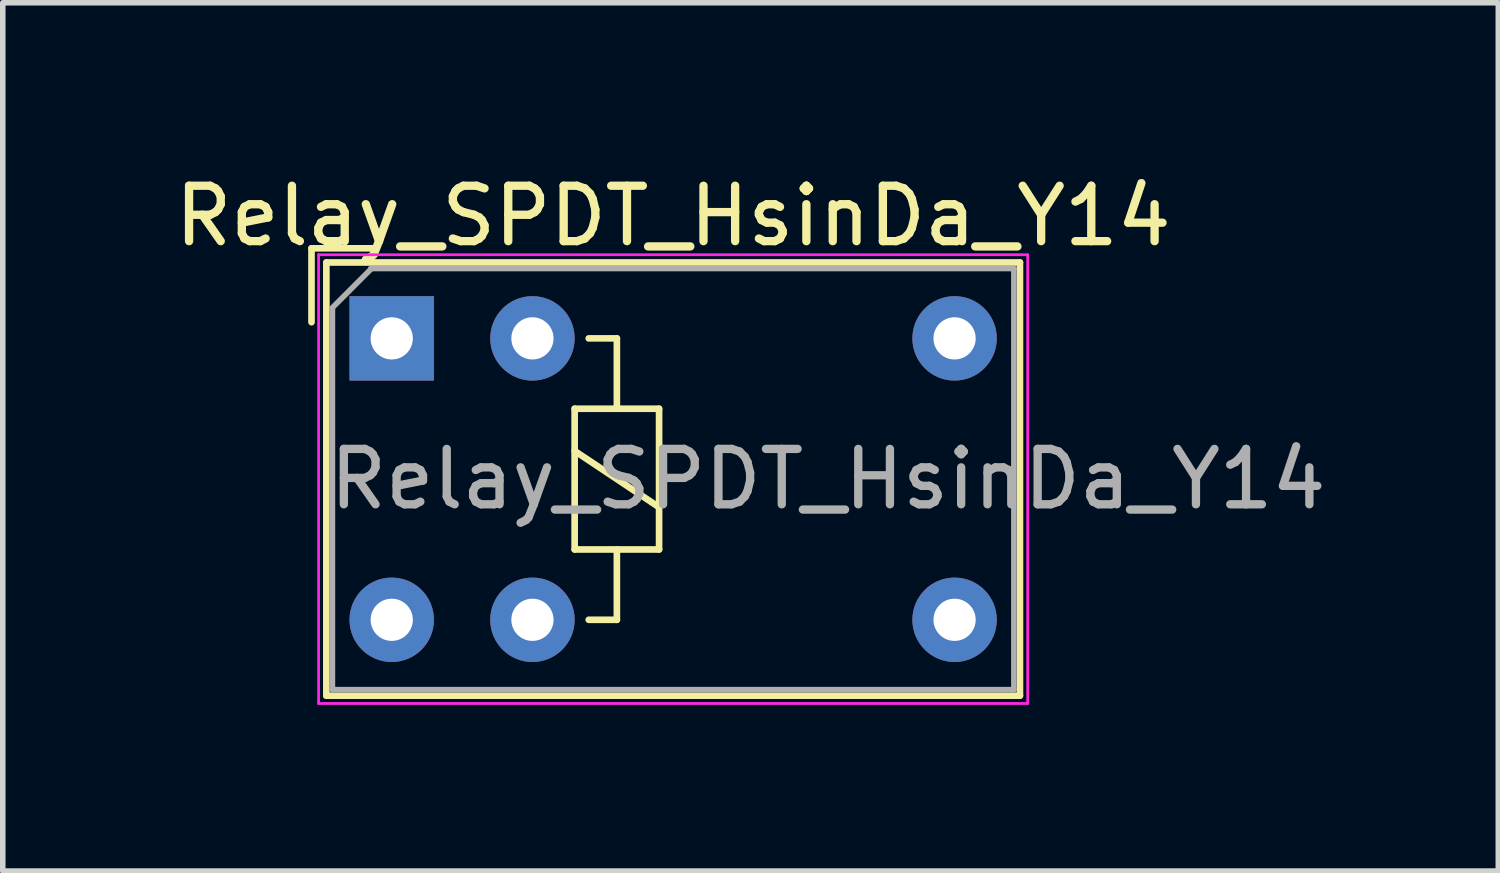
<source format=kicad_pcb>
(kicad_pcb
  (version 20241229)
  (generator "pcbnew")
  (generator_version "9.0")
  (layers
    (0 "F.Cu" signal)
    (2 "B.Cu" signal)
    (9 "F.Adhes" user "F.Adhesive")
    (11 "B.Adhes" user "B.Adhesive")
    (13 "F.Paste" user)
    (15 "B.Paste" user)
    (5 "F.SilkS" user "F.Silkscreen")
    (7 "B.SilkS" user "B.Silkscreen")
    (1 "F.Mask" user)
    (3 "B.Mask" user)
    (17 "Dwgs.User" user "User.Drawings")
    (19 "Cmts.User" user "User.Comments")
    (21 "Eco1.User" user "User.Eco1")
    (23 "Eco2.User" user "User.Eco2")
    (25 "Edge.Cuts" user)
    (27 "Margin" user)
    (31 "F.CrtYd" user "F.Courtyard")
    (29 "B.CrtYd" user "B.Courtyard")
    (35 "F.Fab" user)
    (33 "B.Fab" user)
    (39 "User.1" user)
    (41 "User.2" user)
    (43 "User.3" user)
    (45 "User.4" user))
  (footprint "Relay_SPDT_HsinDa_Y14"
    (layer "F.Cu")
    (at 4.021 3.058)
    (property "Reference" "Relay_SPDT_HsinDa_Y14" (at 5.08 -2.21 0) (layer "F.SilkS") (effects (font (size 1 1) (thickness 0.15))))
    (attr through_hole)
    (fp_line (start -1.448 -1.626) (end -1.448 -0.292) (stroke (width 0.12) (type solid)) (layer "F.SilkS"))
    (fp_line (start -1.18 -1.37) (end -1.18 6.45) (stroke (width 0.12) (type solid)) (layer "F.SilkS"))
    (fp_line (start -1.18 6.45) (end 11.34 6.45) (stroke (width 0.12) (type solid)) (layer "F.SilkS"))
    (fp_line (start -0.305 -1.626) (end -1.448 -1.626) (stroke (width 0.12) (type solid)) (layer "F.SilkS"))
    (fp_line (start 3.302 1.27) (end 4.826 1.27) (stroke (width 0.12) (type solid)) (layer "F.SilkS"))
    (fp_line (start 3.302 2.032) (end 4.826 3.048) (stroke (width 0.12) (type solid)) (layer "F.SilkS"))
    (fp_line (start 3.302 3.81) (end 3.302 1.27) (stroke (width 0.12) (type solid)) (layer "F.SilkS"))
    (fp_line (start 3.556 0) (end 4.064 0) (stroke (width 0.12) (type solid)) (layer "F.SilkS"))
    (fp_line (start 4.064 0) (end 4.064 1.27) (stroke (width 0.12) (type solid)) (layer "F.SilkS"))
    (fp_line (start 4.064 3.81) (end 4.064 5.08) (stroke (width 0.12) (type solid)) (layer "F.SilkS"))
    (fp_line (start 4.064 5.08) (end 3.556 5.08) (stroke (width 0.12) (type solid)) (layer "F.SilkS"))
    (fp_line (start 4.826 1.27) (end 4.826 3.81) (stroke (width 0.12) (type solid)) (layer "F.SilkS"))
    (fp_line (start 4.826 3.81) (end 3.302 3.81) (stroke (width 0.12) (type solid)) (layer "F.SilkS"))
    (fp_line (start 11.34 -1.37) (end -1.18 -1.37) (stroke (width 0.12) (type solid)) (layer "F.SilkS"))
    (fp_line (start 11.34 6.45) (end 11.34 -1.37) (stroke (width 0.12) (type solid)) (layer "F.SilkS"))
    (fp_line (start -1.32 -1.51) (end -1.32 6.59) (stroke (width 0.05) (type solid)) (layer "F.CrtYd"))
    (fp_line (start -1.32 6.59) (end 11.48 6.59) (stroke (width 0.05) (type solid)) (layer "F.CrtYd"))
    (fp_line (start 11.48 -1.51) (end -1.32 -1.51) (stroke (width 0.05) (type solid)) (layer "F.CrtYd"))
    (fp_line (start 11.48 6.59) (end 11.48 -1.51) (stroke (width 0.05) (type solid)) (layer "F.CrtYd"))
    (fp_line (start -1.07 6.34) (end -1.07 -0.546) (stroke (width 0.1) (type solid)) (layer "F.Fab"))
    (fp_line (start -0.381 -1.26) (end 11.23 -1.26) (stroke (width 0.1) (type solid)) (layer "F.Fab"))
    (fp_line (start -0.381 -1.245) (end -1.079 -0.546) (stroke (width 0.1) (type solid)) (layer "F.Fab"))
    (fp_line (start 11.23 -1.26) (end 11.23 6.34) (stroke (width 0.1) (type solid)) (layer "F.Fab"))
    (fp_line (start 11.23 6.34) (end -1.07 6.34) (stroke (width 0.1) (type solid)) (layer "F.Fab"))
    (fp_text user "${REFERENCE}" (at 7.874 2.54 0) (layer "F.Fab") (effects (font (size 1 1) (thickness 0.15))))
    (pad "1" thru_hole rect (at 0 0) (size 1.524 1.524) (drill 0.762) (layers "*.Cu" "*.Mask"))
    (pad "2" thru_hole circle (at 0 5.08) (size 1.524 1.524) (drill 0.762) (layers "*.Cu" "*.Mask"))
    (pad "3" thru_hole circle (at 2.54 0) (size 1.524 1.524) (drill 0.762) (layers "*.Cu" "*.Mask"))
    (pad "4" thru_hole circle (at 2.54 5.08) (size 1.524 1.524) (drill 0.762) (layers "*.Cu" "*.Mask"))
    (pad "5" thru_hole circle (at 10.16 0) (size 1.524 1.524) (drill 0.762) (layers "*.Cu" "*.Mask"))
    (pad "6" thru_hole circle (at 10.16 5.08) (size 1.524 1.524) (drill 0.762) (layers "*.Cu" "*.Mask")))
  (gr_rect
    (start -3 -3)
    (end 23.996 12.673)
    (stroke (width 0.1) (type default))
    (fill no)
    (layer "Edge.Cuts")))
</source>
